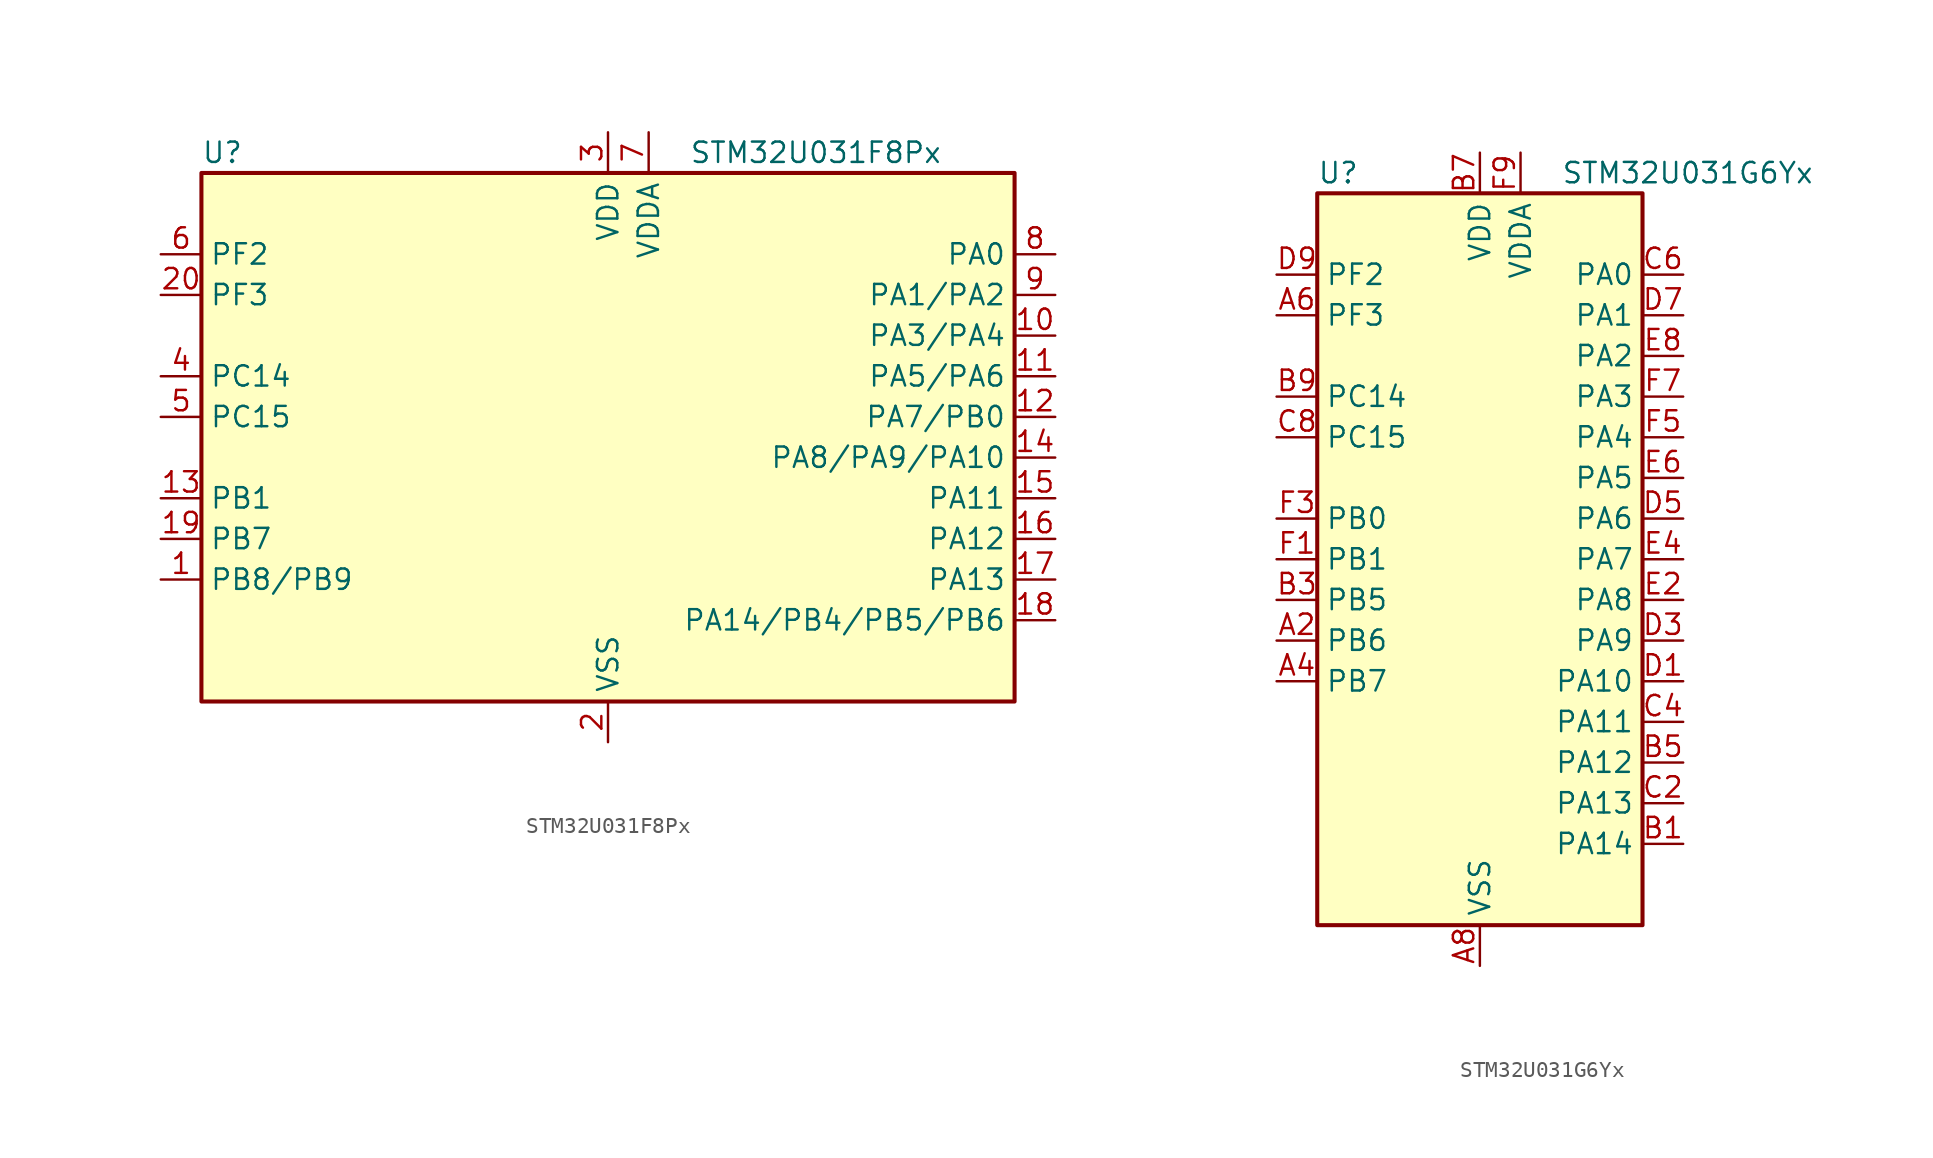
<source format=kicad_sym>
(kicad_symbol_lib
  (version 20241209)
  (generator "kicad_symbol_editor")
  (generator_version "9.0")
  (symbol "STM32U031F8Px"
    (property "Reference" "U"
      (at -25.4 19.05 0)
      (effects (font (size 1.27 1.27)) (justify left)))
    (property "Value" "STM32U031F8Px"
      (at 5.08 19.05 0)
      (effects (font (size 1.27 1.27)) (justify left)))
    (symbol "STM32U031F8Px_0_1"
      (rectangle (start -25.4 -15.24) (end 25.4 17.78) (stroke (width 0.254) (type default)) (fill (type background))))
    (symbol "STM32U031F8Px_1_1"
      (pin bidirectional line (at -27.94 12.7 0) (length 2.54) (name "PF2" (effects (font (size 1.27 1.27)))) (number "6" (effects (font (size 1.27 1.27)))) (alternate "RCC_MCO" bidirectional line))
      (pin bidirectional line (at -27.94 10.16 0) (length 2.54) (name "PF3" (effects (font (size 1.27 1.27)))) (number "20" (effects (font (size 1.27 1.27)))))
      (pin bidirectional line (at -27.94 5.08 0) (length 2.54) (name "PC14" (effects (font (size 1.27 1.27)))) (number "4" (effects (font (size 1.27 1.27)))) (alternate "RCC_OSC32_IN" bidirectional line))
      (pin bidirectional line (at -27.94 2.54 0) (length 2.54) (name "PC15" (effects (font (size 1.27 1.27)))) (number "5" (effects (font (size 1.27 1.27)))) (alternate "RCC_OSC32_EN" bidirectional line) (alternate "RCC_OSC32_OUT" bidirectional line) (alternate "RCC_OSC_EN" bidirectional line))
      (pin bidirectional line (at -27.94 -2.54 0) (length 2.54) (name "PB1" (effects (font (size 1.27 1.27)))) (number "13" (effects (font (size 1.27 1.27)))) (alternate "ADC1_IN18" bidirectional line) (alternate "COMP1_INM" bidirectional line) (alternate "LPTIM2_IN1" bidirectional line) (alternate "LPUART1_DE" bidirectional line) (alternate "LPUART1_RTS" bidirectional line) (alternate "LPUART2_DE" bidirectional line) (alternate "LPUART2_RTS" bidirectional line) (alternate "TIM1_CH3N" bidirectional line) (alternate "TIM3_CH4" bidirectional line) (alternate "TSC_SYNC" bidirectional line) (alternate "USART3_DE" bidirectional line) (alternate "USART3_RTS" bidirectional line))
      (pin bidirectional line (at -27.94 -5.08 0) (length 2.54) (name "PB7" (effects (font (size 1.27 1.27)))) (number "19" (effects (font (size 1.27 1.27)))) (alternate "I2C1_SDA" bidirectional line) (alternate "I2C2_SDA" bidirectional line) (alternate "LPTIM1_IN2" bidirectional line) (alternate "LPUART2_RX" bidirectional line) (alternate "TSC_G2_IO4" bidirectional line) (alternate "USART1_RX" bidirectional line) (alternate "USART4_CTS" bidirectional line))
      (pin bidirectional line (at -27.94 -7.62 0) (length 2.54) (name "PB8/PB9" (effects (font (size 1.27 1.27)))) (number "1" (effects (font (size 1.27 1.27)))) (alternate "DAC1_EXTI9 (PB9)" bidirectional line) (alternate "I2C1_SCL (PB8)" bidirectional line) (alternate "I2C1_SDA (PB9)" bidirectional line) (alternate "I2C2_SCL (PB8)" bidirectional line) (alternate "I2C2_SDA (PB9)" bidirectional line) (alternate "IR_OUT (PB9)" bidirectional line) (alternate "LPTIM1_CH4 (PB9)" bidirectional line) (alternate "LPTIM1_IN2 (PB8)" bidirectional line) (alternate "PB8" bidirectional line) (alternate "PB9" bidirectional line) (alternate "SPI2_NSS (PB9)" bidirectional line) (alternate "TIM16_CH1 (PB8)" bidirectional line) (alternate "USART3_RX (PB9)" bidirectional line) (alternate "USART3_TX (PB8)" bidirectional line))
      (pin power_in line (at 0 20.32 270) (length 2.54) (name "VDD" (effects (font (size 1.27 1.27)))) (number "3" (effects (font (size 1.27 1.27)))))
      (pin power_in line (at 0 -17.78 90) (length 2.54) (name "VSS" (effects (font (size 1.27 1.27)))) (number "2" (effects (font (size 1.27 1.27)))))
      (pin power_in line (at 2.54 20.32 270) (length 2.54) (name "VDDA" (effects (font (size 1.27 1.27)))) (number "7" (effects (font (size 1.27 1.27)))))
      (pin bidirectional line (at 27.94 12.7 180) (length 2.54) (name "PA0" (effects (font (size 1.27 1.27)))) (number "8" (effects (font (size 1.27 1.27)))) (alternate "ADC1_IN4" bidirectional line) (alternate "COMP1_INM" bidirectional line) (alternate "COMP1_OUT" bidirectional line) (alternate "OPAMP1_VINP" bidirectional line) (alternate "PWR_WKUP1" bidirectional line) (alternate "TAMP_IN2" bidirectional line) (alternate "TIM2_CH1" bidirectional line) (alternate "TIM2_ETR" bidirectional line) (alternate "USART2_CTS" bidirectional line) (alternate "USART4_TX" bidirectional line))
      (pin bidirectional line (at 27.94 10.16 180) (length 2.54) (name "PA1/PA2" (effects (font (size 1.27 1.27)))) (number "9" (effects (font (size 1.27 1.27)))) (alternate "ADC1_IN5 (PA1)" bidirectional line) (alternate "ADC1_IN6 (PA2)" bidirectional line) (alternate "COMP1_INP (PA1)" bidirectional line) (alternate "LPTIM1_CH2 (PA1)" bidirectional line) (alternate "LPUART1_TX (PA2)" bidirectional line) (alternate "OPAMP1_VINM (PA1)" bidirectional line) (alternate "PA1" bidirectional line) (alternate "PA2" bidirectional line) (alternate "PWR_WKUP3 (PA1)" bidirectional line) (alternate "PWR_WKUP4 (PA2)" bidirectional line) (alternate "RCC_LSCO (PA2)" bidirectional line) (alternate "SPI1_SCK (PA1)" bidirectional line) (alternate "SPI2_SCK (PA1)" bidirectional line) (alternate "TAMP_IN5 (PA1)" bidirectional line) (alternate "TIM15_CH1 (PA2)" bidirectional line) (alternate "TIM15_CH1N (PA1)" bidirectional line) (alternate "TIM2_CH2 (PA1)" bidirectional line) (alternate "TIM2_CH3 (PA2)" bidirectional line) (alternate "USART2_DE (PA1)" bidirectional line) (alternate "USART2_RTS (PA1)" bidirectional line) (alternate "USART2_TX (PA2)" bidirectional line) (alternate "USART4_RX (PA1)" bidirectional line))
      (pin bidirectional line (at 27.94 7.62 180) (length 2.54) (name "PA3/PA4" (effects (font (size 1.27 1.27)))) (number "10" (effects (font (size 1.27 1.27)))) (alternate "ADC1_IN7 (PA3)" bidirectional line) (alternate "ADC1_IN8 (PA4)" bidirectional line) (alternate "COMP1_INM (PA4)" bidirectional line) (alternate "DAC1_OUT1 (PA4)" bidirectional line) (alternate "LPTIM2_CH1 (PA4)" bidirectional line) (alternate "LPUART1_RX (PA3)" bidirectional line) (alternate "OPAMP1_VOUT (PA3)" bidirectional line) (alternate "PA3" bidirectional line) (alternate "PA4" bidirectional line) (alternate "SPI1_NSS (PA4)" bidirectional line) (alternate "TIM15_CH2 (PA3)" bidirectional line) (alternate "TIM2_CH4 (PA3)" bidirectional line) (alternate "USART2_CK (PA4)" bidirectional line) (alternate "USART2_RX (PA3)" bidirectional line))
      (pin bidirectional line (at 27.94 5.08 180) (length 2.54) (name "PA5/PA6" (effects (font (size 1.27 1.27)))) (number "11" (effects (font (size 1.27 1.27)))) (alternate "ADC1_IN10 (PA6)" bidirectional line) (alternate "ADC1_IN9 (PA5)" bidirectional line) (alternate "COMP1_INM (PA5)" bidirectional line) (alternate "COMP1_OUT (PA6)" bidirectional line) (alternate "I2C2_SDA (PA6)" bidirectional line) (alternate "I2C3_SDA (PA6)" bidirectional line) (alternate "LPTIM2_ETR (PA5)" bidirectional line) (alternate "LPUART1_CTS (PA6)" bidirectional line) (alternate "PA5" bidirectional line) (alternate "PA6" bidirectional line) (alternate "SPI1_MISO (PA6)" bidirectional line) (alternate "SPI1_SCK (PA5)" bidirectional line) (alternate "TIM16_CH1 (PA6)" bidirectional line) (alternate "TIM1_BKIN (PA6)" bidirectional line) (alternate "TIM2_CH1 (PA5)" bidirectional line) (alternate "TIM2_ETR (PA5)" bidirectional line) (alternate "TIM3_CH1 (PA6)" bidirectional line) (alternate "TSC_G5_IO1 (PA6)" bidirectional line) (alternate "USART3_CTS (PA6)" bidirectional line) (alternate "USART3_TX (PA5)" bidirectional line))
      (pin bidirectional line (at 27.94 2.54 180) (length 2.54) (name "PA7/PB0" (effects (font (size 1.27 1.27)))) (number "12" (effects (font (size 1.27 1.27)))) (alternate "ADC1_IN14 (PA7)" bidirectional line) (alternate "ADC1_IN17 (PB0)" bidirectional line) (alternate "COMP1_OUT (PB0)" bidirectional line) (alternate "I2C2_SCL (PA7)" bidirectional line) (alternate "I2C3_SCL (PA7)" bidirectional line) (alternate "LPTIM2_CH2 (PA7)" bidirectional line) (alternate "LPUART2_CTS (PB0)" bidirectional line) (alternate "PA7" bidirectional line) (alternate "PB0" bidirectional line) (alternate "SPI1_MOSI (PA7)" bidirectional line) (alternate "SPI1_NSS (PB0)" bidirectional line) (alternate "TIM1_CH1N (PA7)" bidirectional line) (alternate "TIM1_CH2N (PB0)" bidirectional line) (alternate "TIM3_CH2 (PA7)" bidirectional line) (alternate "TIM3_CH3 (PB0)" bidirectional line) (alternate "TSC_G5_IO2 (PB0)" bidirectional line) (alternate "USART3_CK (PB0)" bidirectional line) (alternate "USART3_RX (PA7)" bidirectional line))
      (pin bidirectional line (at 27.94 0 180) (length 2.54) (name "PA8/PA9/PA10" (effects (font (size 1.27 1.27)))) (number "14" (effects (font (size 1.27 1.27)))) (alternate "COMP1_INP (PA9)" bidirectional line) (alternate "DAC1_EXTI9 (PA9)" bidirectional line) (alternate "I2C1_SCL (PA9)" bidirectional line) (alternate "I2C1_SDA (PA10)" bidirectional line) (alternate "I2C2_SCL (PA9)" bidirectional line) (alternate "I2C2_SDA (PA10)" bidirectional line) (alternate "LPTIM2_CH1 (PA8)" bidirectional line) (alternate "PA10" bidirectional line) (alternate "PA8" bidirectional line) (alternate "PA9" bidirectional line) (alternate "RCC_MCO (PA8)" bidirectional line) (alternate "RCC_MCO (PA9)" bidirectional line) (alternate "RCC_MCO2 (PA10)" bidirectional line) (alternate "RCC_MCO2 (PA8)" bidirectional line) (alternate "SPI2_NSS (PA10)" bidirectional line) (alternate "TIM15_BKIN (PA9)" bidirectional line) (alternate "TIM1_CH1 (PA8)" bidirectional line) (alternate "TIM1_CH2 (PA9)" bidirectional line) (alternate "TIM1_CH3 (PA10)" bidirectional line) (alternate "TSC_G7_IO1 (PA8)" bidirectional line) (alternate "TSC_G7_IO2 (PA9)" bidirectional line) (alternate "TSC_G7_IO3 (PA10)" bidirectional line) (alternate "USART1_CK (PA8)" bidirectional line) (alternate "USART1_RX (PA10)" bidirectional line) (alternate "USART1_TX (PA9)" bidirectional line))
      (pin bidirectional line (at 27.94 -2.54 180) (length 2.54) (name "PA11" (effects (font (size 1.27 1.27)))) (number "15" (effects (font (size 1.27 1.27)))) (alternate "ADC1_EXTI11" bidirectional line) (alternate "COMP1_OUT" bidirectional line) (alternate "SPI1_MISO" bidirectional line) (alternate "SPI2_MISO" bidirectional line) (alternate "TIM1_BKIN2" bidirectional line) (alternate "TIM1_CH4" bidirectional line) (alternate "USART1_CTS" bidirectional line))
      (pin bidirectional line (at 27.94 -5.08 180) (length 2.54) (name "PA12" (effects (font (size 1.27 1.27)))) (number "16" (effects (font (size 1.27 1.27)))) (alternate "SPI1_MOSI" bidirectional line) (alternate "SPI2_MOSI" bidirectional line) (alternate "TIM1_ETR" bidirectional line) (alternate "USART1_DE" bidirectional line) (alternate "USART1_RTS" bidirectional line))
      (pin bidirectional line (at 27.94 -7.62 180) (length 2.54) (name "PA13" (effects (font (size 1.27 1.27)))) (number "17" (effects (font (size 1.27 1.27)))) (alternate "DEBUG_JTMS-SWDIO" bidirectional line) (alternate "IR_OUT" bidirectional line) (alternate "TSC_G7_IO4" bidirectional line))
      (pin bidirectional line (at 27.94 -10.16 180) (length 2.54) (name "PA14/PB4/PB5/PB6" (effects (font (size 1.27 1.27)))) (number "18" (effects (font (size 1.27 1.27)))) (alternate "DEBUG_JTCK-SWCLK (PA14)" bidirectional line) (alternate "I2C1_SCL (PB6)" bidirectional line) (alternate "I2C2_SCL (PB6)" bidirectional line) (alternate "I2C2_SDA (PB4)" bidirectional line) (alternate "I2C3_SDA (PB4)" bidirectional line) (alternate "LPTIM1_CH1 (PA14)" bidirectional line) (alternate "LPTIM1_CH4 (PB4)" bidirectional line) (alternate "LPTIM1_ETR (PB6)" bidirectional line) (alternate "LPTIM1_IN1 (PB5)" bidirectional line) (alternate "LPUART2_TX (PB6)" bidirectional line) (alternate "PA14" bidirectional line) (alternate "PB4" bidirectional line) (alternate "PB5" bidirectional line) (alternate "PB6" bidirectional line) (alternate "SPI1_MISO (PB4)" bidirectional line) (alternate "SPI1_MOSI (PB5)" bidirectional line) (alternate "TIM16_BKIN (PB5)" bidirectional line) (alternate "TIM16_CH1N (PB6)" bidirectional line) (alternate "TIM3_CH1 (PB4)" bidirectional line) (alternate "TIM3_CH2 (PB5)" bidirectional line) (alternate "TSC_G2_IO1 (PB4)" bidirectional line) (alternate "TSC_G2_IO2 (PB5)" bidirectional line) (alternate "TSC_G2_IO3 (PB6)" bidirectional line) (alternate "TSC_G3_IO4 (PA14)" bidirectional line) (alternate "USART1_CK (PB5)" bidirectional line) (alternate "USART1_CTS (PB4)" bidirectional line) (alternate "USART1_TX (PB6)" bidirectional line))))
  (symbol "STM32U031G6Yx"
    (property "Reference" "U"
      (at -10.16 24.13 0)
      (effects (font (size 1.27 1.27)) (justify left)))
    (property "Value" "STM32U031G6Yx"
      (at 5.08 24.13 0)
      (effects (font (size 1.27 1.27)) (justify left)))
    (symbol "STM32U031G6Yx_0_1"
      (rectangle (start -10.16 -22.86) (end 10.16 22.86) (stroke (width 0.254) (type default)) (fill (type background))))
    (symbol "STM32U031G6Yx_1_1"
      (pin bidirectional line (at -12.7 17.78 0) (length 2.54) (name "PF2" (effects (font (size 1.27 1.27)))) (number "D9" (effects (font (size 1.27 1.27)))) (alternate "RCC_MCO" bidirectional line))
      (pin bidirectional line (at -12.7 15.24 0) (length 2.54) (name "PF3" (effects (font (size 1.27 1.27)))) (number "A6" (effects (font (size 1.27 1.27)))))
      (pin bidirectional line (at -12.7 10.16 0) (length 2.54) (name "PC14" (effects (font (size 1.27 1.27)))) (number "B9" (effects (font (size 1.27 1.27)))) (alternate "RCC_OSC32_IN" bidirectional line))
      (pin bidirectional line (at -12.7 7.62 0) (length 2.54) (name "PC15" (effects (font (size 1.27 1.27)))) (number "C8" (effects (font (size 1.27 1.27)))) (alternate "RCC_OSC32_EN" bidirectional line) (alternate "RCC_OSC32_OUT" bidirectional line) (alternate "RCC_OSC_EN" bidirectional line))
      (pin bidirectional line (at -12.7 2.54 0) (length 2.54) (name "PB0" (effects (font (size 1.27 1.27)))) (number "F3" (effects (font (size 1.27 1.27)))) (alternate "ADC1_IN17" bidirectional line) (alternate "COMP1_OUT" bidirectional line) (alternate "LPUART2_CTS" bidirectional line) (alternate "SPI1_NSS" bidirectional line) (alternate "TIM1_CH2N" bidirectional line) (alternate "TIM3_CH3" bidirectional line) (alternate "TSC_G5_IO2" bidirectional line) (alternate "USART3_CK" bidirectional line))
      (pin bidirectional line (at -12.7 0 0) (length 2.54) (name "PB1" (effects (font (size 1.27 1.27)))) (number "F1" (effects (font (size 1.27 1.27)))) (alternate "ADC1_IN18" bidirectional line) (alternate "COMP1_INM" bidirectional line) (alternate "LPTIM2_IN1" bidirectional line) (alternate "LPUART1_DE" bidirectional line) (alternate "LPUART1_RTS" bidirectional line) (alternate "LPUART2_DE" bidirectional line) (alternate "LPUART2_RTS" bidirectional line) (alternate "TIM1_CH3N" bidirectional line) (alternate "TIM3_CH4" bidirectional line) (alternate "TSC_SYNC" bidirectional line) (alternate "USART3_DE" bidirectional line) (alternate "USART3_RTS" bidirectional line))
      (pin bidirectional line (at -12.7 -2.54 0) (length 2.54) (name "PB5" (effects (font (size 1.27 1.27)))) (number "B3" (effects (font (size 1.27 1.27)))) (alternate "LPTIM1_IN1" bidirectional line) (alternate "SPI1_MOSI" bidirectional line) (alternate "TIM16_BKIN" bidirectional line) (alternate "TIM3_CH2" bidirectional line) (alternate "TSC_G2_IO2" bidirectional line) (alternate "USART1_CK" bidirectional line))
      (pin bidirectional line (at -12.7 -5.08 0) (length 2.54) (name "PB6" (effects (font (size 1.27 1.27)))) (number "A2" (effects (font (size 1.27 1.27)))) (alternate "I2C1_SCL" bidirectional line) (alternate "I2C2_SCL" bidirectional line) (alternate "LPTIM1_ETR" bidirectional line) (alternate "LPUART2_TX" bidirectional line) (alternate "TIM16_CH1N" bidirectional line) (alternate "TSC_G2_IO3" bidirectional line) (alternate "USART1_TX" bidirectional line))
      (pin bidirectional line (at -12.7 -7.62 0) (length 2.54) (name "PB7" (effects (font (size 1.27 1.27)))) (number "A4" (effects (font (size 1.27 1.27)))) (alternate "I2C1_SDA" bidirectional line) (alternate "I2C2_SDA" bidirectional line) (alternate "LPTIM1_IN2" bidirectional line) (alternate "LPUART2_RX" bidirectional line) (alternate "TSC_G2_IO4" bidirectional line) (alternate "USART1_RX" bidirectional line) (alternate "USART4_CTS" bidirectional line))
      (pin power_in line (at 0 25.4 270) (length 2.54) (name "VDD" (effects (font (size 1.27 1.27)))) (number "B7" (effects (font (size 1.27 1.27)))))
      (pin power_in line (at 0 -25.4 90) (length 2.54) (name "VSS" (effects (font (size 1.27 1.27)))) (number "A8" (effects (font (size 1.27 1.27)))))
      (pin power_in line (at 2.54 25.4 270) (length 2.54) (name "VDDA" (effects (font (size 1.27 1.27)))) (number "F9" (effects (font (size 1.27 1.27)))))
      (pin bidirectional line (at 12.7 17.78 180) (length 2.54) (name "PA0" (effects (font (size 1.27 1.27)))) (number "C6" (effects (font (size 1.27 1.27)))) (alternate "ADC1_IN4" bidirectional line) (alternate "COMP1_INM" bidirectional line) (alternate "COMP1_OUT" bidirectional line) (alternate "OPAMP1_VINP" bidirectional line) (alternate "PWR_WKUP1" bidirectional line) (alternate "TAMP_IN2" bidirectional line) (alternate "TIM2_CH1" bidirectional line) (alternate "TIM2_ETR" bidirectional line) (alternate "USART2_CTS" bidirectional line) (alternate "USART4_TX" bidirectional line))
      (pin bidirectional line (at 12.7 15.24 180) (length 2.54) (name "PA1" (effects (font (size 1.27 1.27)))) (number "D7" (effects (font (size 1.27 1.27)))) (alternate "ADC1_IN5" bidirectional line) (alternate "COMP1_INP" bidirectional line) (alternate "LPTIM1_CH2" bidirectional line) (alternate "OPAMP1_VINM" bidirectional line) (alternate "PWR_WKUP3" bidirectional line) (alternate "SPI1_SCK" bidirectional line) (alternate "SPI2_SCK" bidirectional line) (alternate "TAMP_IN5" bidirectional line) (alternate "TIM15_CH1N" bidirectional line) (alternate "TIM2_CH2" bidirectional line) (alternate "USART2_DE" bidirectional line) (alternate "USART2_RTS" bidirectional line) (alternate "USART4_RX" bidirectional line))
      (pin bidirectional line (at 12.7 12.7 180) (length 2.54) (name "PA2" (effects (font (size 1.27 1.27)))) (number "E8" (effects (font (size 1.27 1.27)))) (alternate "ADC1_IN6" bidirectional line) (alternate "LPUART1_TX" bidirectional line) (alternate "PWR_WKUP4" bidirectional line) (alternate "RCC_LSCO" bidirectional line) (alternate "TIM15_CH1" bidirectional line) (alternate "TIM2_CH3" bidirectional line) (alternate "USART2_TX" bidirectional line))
      (pin bidirectional line (at 12.7 10.16 180) (length 2.54) (name "PA3" (effects (font (size 1.27 1.27)))) (number "F7" (effects (font (size 1.27 1.27)))) (alternate "ADC1_IN7" bidirectional line) (alternate "LPUART1_RX" bidirectional line) (alternate "OPAMP1_VOUT" bidirectional line) (alternate "TIM15_CH2" bidirectional line) (alternate "TIM2_CH4" bidirectional line) (alternate "USART2_RX" bidirectional line))
      (pin bidirectional line (at 12.7 7.62 180) (length 2.54) (name "PA4" (effects (font (size 1.27 1.27)))) (number "F5" (effects (font (size 1.27 1.27)))) (alternate "ADC1_IN8" bidirectional line) (alternate "COMP1_INM" bidirectional line) (alternate "DAC1_OUT1" bidirectional line) (alternate "LPTIM2_CH1" bidirectional line) (alternate "SPI1_NSS" bidirectional line) (alternate "USART2_CK" bidirectional line))
      (pin bidirectional line (at 12.7 5.08 180) (length 2.54) (name "PA5" (effects (font (size 1.27 1.27)))) (number "E6" (effects (font (size 1.27 1.27)))) (alternate "ADC1_IN9" bidirectional line) (alternate "COMP1_INM" bidirectional line) (alternate "LPTIM2_ETR" bidirectional line) (alternate "SPI1_SCK" bidirectional line) (alternate "TIM2_CH1" bidirectional line) (alternate "TIM2_ETR" bidirectional line) (alternate "USART3_TX" bidirectional line))
      (pin bidirectional line (at 12.7 2.54 180) (length 2.54) (name "PA6" (effects (font (size 1.27 1.27)))) (number "D5" (effects (font (size 1.27 1.27)))) (alternate "ADC1_IN10" bidirectional line) (alternate "COMP1_OUT" bidirectional line) (alternate "I2C2_SDA" bidirectional line) (alternate "I2C3_SDA" bidirectional line) (alternate "LPUART1_CTS" bidirectional line) (alternate "SPI1_MISO" bidirectional line) (alternate "TIM16_CH1" bidirectional line) (alternate "TIM1_BKIN" bidirectional line) (alternate "TIM3_CH1" bidirectional line) (alternate "TSC_G5_IO1" bidirectional line) (alternate "USART3_CTS" bidirectional line))
      (pin bidirectional line (at 12.7 0 180) (length 2.54) (name "PA7" (effects (font (size 1.27 1.27)))) (number "E4" (effects (font (size 1.27 1.27)))) (alternate "ADC1_IN14" bidirectional line) (alternate "I2C2_SCL" bidirectional line) (alternate "I2C3_SCL" bidirectional line) (alternate "LPTIM2_CH2" bidirectional line) (alternate "SPI1_MOSI" bidirectional line) (alternate "TIM1_CH1N" bidirectional line) (alternate "TIM3_CH2" bidirectional line) (alternate "USART3_RX" bidirectional line))
      (pin bidirectional line (at 12.7 -2.54 180) (length 2.54) (name "PA8" (effects (font (size 1.27 1.27)))) (number "E2" (effects (font (size 1.27 1.27)))) (alternate "LPTIM2_CH1" bidirectional line) (alternate "RCC_MCO" bidirectional line) (alternate "RCC_MCO2" bidirectional line) (alternate "TIM1_CH1" bidirectional line) (alternate "TSC_G7_IO1" bidirectional line) (alternate "USART1_CK" bidirectional line))
      (pin bidirectional line (at 12.7 -5.08 180) (length 2.54) (name "PA9" (effects (font (size 1.27 1.27)))) (number "D3" (effects (font (size 1.27 1.27)))) (alternate "COMP1_INP" bidirectional line) (alternate "DAC1_EXTI9" bidirectional line) (alternate "I2C1_SCL" bidirectional line) (alternate "I2C2_SCL" bidirectional line) (alternate "RCC_MCO" bidirectional line) (alternate "TIM15_BKIN" bidirectional line) (alternate "TIM1_CH2" bidirectional line) (alternate "TSC_G7_IO2" bidirectional line) (alternate "USART1_TX" bidirectional line))
      (pin bidirectional line (at 12.7 -7.62 180) (length 2.54) (name "PA10" (effects (font (size 1.27 1.27)))) (number "D1" (effects (font (size 1.27 1.27)))) (alternate "I2C1_SDA" bidirectional line) (alternate "I2C2_SDA" bidirectional line) (alternate "RCC_MCO2" bidirectional line) (alternate "SPI2_NSS" bidirectional line) (alternate "TIM1_CH3" bidirectional line) (alternate "TSC_G7_IO3" bidirectional line) (alternate "USART1_RX" bidirectional line))
      (pin bidirectional line (at 12.7 -10.16 180) (length 2.54) (name "PA11" (effects (font (size 1.27 1.27)))) (number "C4" (effects (font (size 1.27 1.27)))) (alternate "ADC1_EXTI11" bidirectional line) (alternate "COMP1_OUT" bidirectional line) (alternate "SPI1_MISO" bidirectional line) (alternate "SPI2_MISO" bidirectional line) (alternate "TIM1_BKIN2" bidirectional line) (alternate "TIM1_CH4" bidirectional line) (alternate "USART1_CTS" bidirectional line))
      (pin bidirectional line (at 12.7 -12.7 180) (length 2.54) (name "PA12" (effects (font (size 1.27 1.27)))) (number "B5" (effects (font (size 1.27 1.27)))) (alternate "SPI1_MOSI" bidirectional line) (alternate "SPI2_MOSI" bidirectional line) (alternate "TIM1_ETR" bidirectional line) (alternate "USART1_DE" bidirectional line) (alternate "USART1_RTS" bidirectional line))
      (pin bidirectional line (at 12.7 -15.24 180) (length 2.54) (name "PA13" (effects (font (size 1.27 1.27)))) (number "C2" (effects (font (size 1.27 1.27)))) (alternate "DEBUG_JTMS-SWDIO" bidirectional line) (alternate "IR_OUT" bidirectional line) (alternate "TSC_G7_IO4" bidirectional line))
      (pin bidirectional line (at 12.7 -17.78 180) (length 2.54) (name "PA14" (effects (font (size 1.27 1.27)))) (number "B1" (effects (font (size 1.27 1.27)))) (alternate "DEBUG_JTCK-SWCLK" bidirectional line) (alternate "LPTIM1_CH1" bidirectional line) (alternate "TSC_G3_IO4" bidirectional line)))))
</source>
